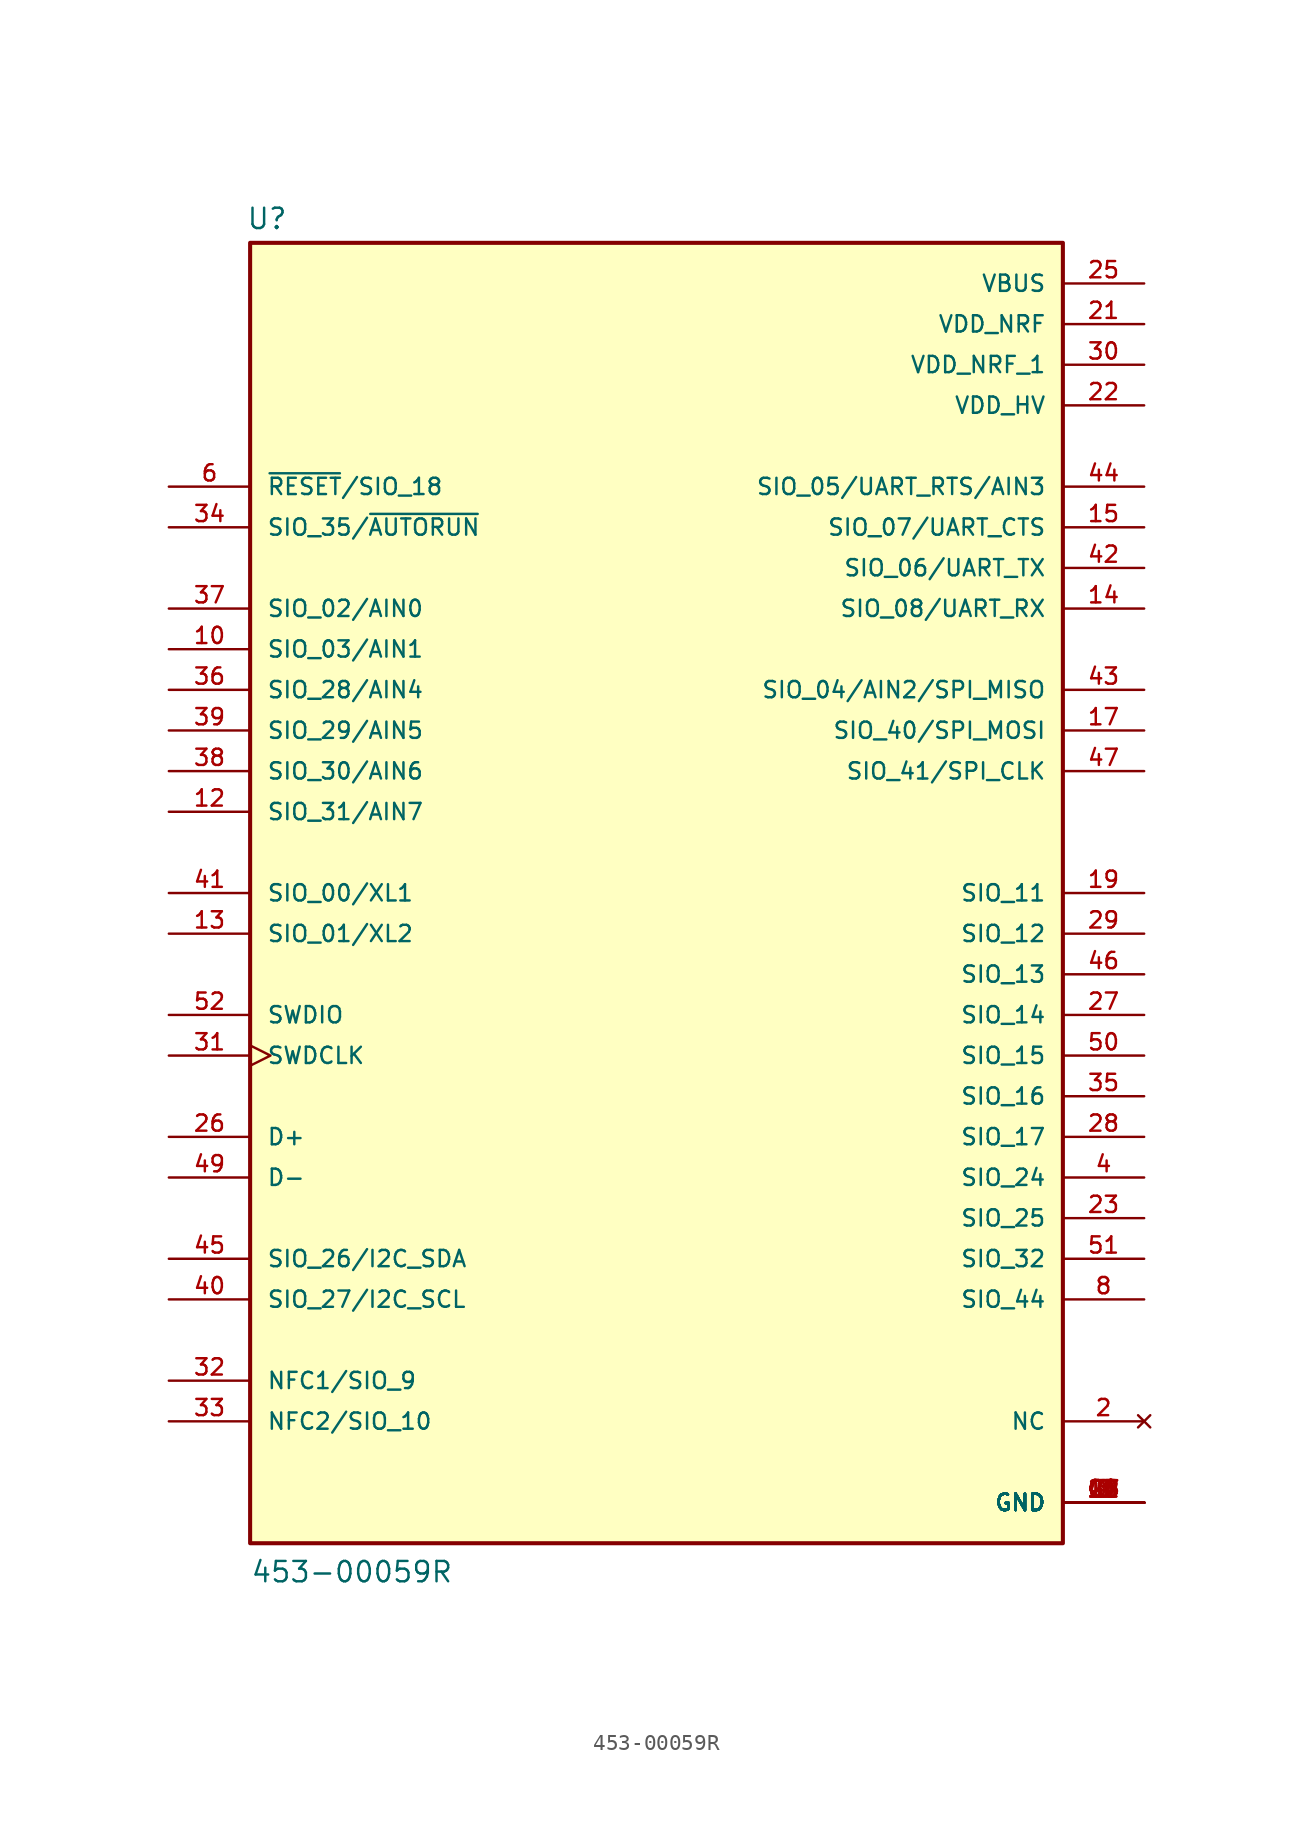
<source format=kicad_sym>
(kicad_symbol_lib
  (version 20211014)
  (generator kicad_symbol_editor)
  (symbol "453-00059R"
    (pin_names
      (offset 1.016))
    (property "Reference" "U"
      (at -25.654 41.402 0)
      (effects (font (size 1.27 1.27)) (justify bottom left)))
    (property "Value" "453-00059R"
      (at -25.4 -43.18 0)
      (effects (font (size 1.27 1.27)) (justify bottom left)))
    (symbol "453-00059R_0_0"
      (rectangle (start -25.4 -40.64) (end 25.4 40.64) (stroke (width 0.254)) (fill (type background)))
      (pin power_in line (at 30.48 -38.1 180.0) (length 5.08) (name "GND" (effects (font (size 1.016 1.016)))) (number "1" (effects (font (size 1.016 1.016)))))
      (pin power_in line (at 30.48 -38.1 180.0) (length 5.08) (name "GND" (effects (font (size 1.016 1.016)))) (number "3" (effects (font (size 1.016 1.016)))))
      (pin power_in line (at 30.48 -38.1 180.0) (length 5.08) (name "GND" (effects (font (size 1.016 1.016)))) (number "5" (effects (font (size 1.016 1.016)))))
      (pin power_in line (at 30.48 -38.1 180.0) (length 5.08) (name "GND" (effects (font (size 1.016 1.016)))) (number "7" (effects (font (size 1.016 1.016)))))
      (pin power_in line (at 30.48 -38.1 180.0) (length 5.08) (name "GND" (effects (font (size 1.016 1.016)))) (number "9" (effects (font (size 1.016 1.016)))))
      (pin power_in line (at 30.48 -38.1 180.0) (length 5.08) (name "GND" (effects (font (size 1.016 1.016)))) (number "11" (effects (font (size 1.016 1.016)))))
      (pin power_in line (at 30.48 -38.1 180.0) (length 5.08) (name "GND" (effects (font (size 1.016 1.016)))) (number "16" (effects (font (size 1.016 1.016)))))
      (pin power_in line (at 30.48 -38.1 180.0) (length 5.08) (name "GND" (effects (font (size 1.016 1.016)))) (number "18" (effects (font (size 1.016 1.016)))))
      (pin power_in line (at 30.48 -38.1 180.0) (length 5.08) (name "GND" (effects (font (size 1.016 1.016)))) (number "20" (effects (font (size 1.016 1.016)))))
      (pin power_in line (at 30.48 -38.1 180.0) (length 5.08) (name "GND" (effects (font (size 1.016 1.016)))) (number "24" (effects (font (size 1.016 1.016)))))
      (pin power_in line (at 30.48 -38.1 180.0) (length 5.08) (name "GND" (effects (font (size 1.016 1.016)))) (number "48" (effects (font (size 1.016 1.016)))))
      (pin power_in line (at 30.48 -38.1 180.0) (length 5.08) (name "GND" (effects (font (size 1.016 1.016)))) (number "G1" (effects (font (size 1.016 1.016)))))
      (pin power_in line (at 30.48 -38.1 180.0) (length 5.08) (name "GND" (effects (font (size 1.016 1.016)))) (number "G2" (effects (font (size 1.016 1.016)))))
      (pin power_in line (at 30.48 -38.1 180.0) (length 5.08) (name "GND" (effects (font (size 1.016 1.016)))) (number "G3" (effects (font (size 1.016 1.016)))))
      (pin power_in line (at 30.48 -38.1 180.0) (length 5.08) (name "GND" (effects (font (size 1.016 1.016)))) (number "G4" (effects (font (size 1.016 1.016)))))
      (pin power_in line (at 30.48 -38.1 180.0) (length 5.08) (name "GND" (effects (font (size 1.016 1.016)))) (number "G5" (effects (font (size 1.016 1.016)))))
      (pin power_in line (at 30.48 -38.1 180.0) (length 5.08) (name "GND" (effects (font (size 1.016 1.016)))) (number "G6" (effects (font (size 1.016 1.016)))))
      (pin power_in line (at 30.48 -38.1 180.0) (length 5.08) (name "GND" (effects (font (size 1.016 1.016)))) (number "G7" (effects (font (size 1.016 1.016)))))
      (pin no_connect line (at 30.48 -33.02 180.0) (length 5.08) (name "NC" (effects (font (size 1.016 1.016)))) (number "2" (effects (font (size 1.016 1.016)))))
      (pin input line (at 30.48 -17.78 180.0) (length 5.08) (name "SIO_24" (effects (font (size 1.016 1.016)))) (number "4" (effects (font (size 1.016 1.016)))))
      (pin input line (at -30.48 25.4 0) (length 5.08) (name "~{RESET}/SIO_18" (effects (font (size 1.016 1.016)))) (number "6" (effects (font (size 1.016 1.016)))))
      (pin input line (at 30.48 -25.4 180.0) (length 5.08) (name "SIO_44" (effects (font (size 1.016 1.016)))) (number "8" (effects (font (size 1.016 1.016)))))
      (pin input line (at -30.48 15.24 0) (length 5.08) (name "SIO_03/AIN1" (effects (font (size 1.016 1.016)))) (number "10" (effects (font (size 1.016 1.016)))))
      (pin input line (at -30.48 -2.54 0) (length 5.08) (name "SIO_01/XL2" (effects (font (size 1.016 1.016)))) (number "13" (effects (font (size 1.016 1.016)))))
      (pin input line (at -30.48 5.08 0) (length 5.08) (name "SIO_31/AIN7" (effects (font (size 1.016 1.016)))) (number "12" (effects (font (size 1.016 1.016)))))
      (pin input line (at 30.48 17.78 180.0) (length 5.08) (name "SIO_08/UART_RX" (effects (font (size 1.016 1.016)))) (number "14" (effects (font (size 1.016 1.016)))))
      (pin input line (at 30.48 22.86 180.0) (length 5.08) (name "SIO_07/UART_CTS" (effects (font (size 1.016 1.016)))) (number "15" (effects (font (size 1.016 1.016)))))
      (pin output line (at 30.48 10.16 180.0) (length 5.08) (name "SIO_40/SPI_MOSI" (effects (font (size 1.016 1.016)))) (number "17" (effects (font (size 1.016 1.016)))))
      (pin input line (at 30.48 0.0 180.0) (length 5.08) (name "SIO_11" (effects (font (size 1.016 1.016)))) (number "19" (effects (font (size 1.016 1.016)))))
      (pin power_in line (at 30.48 35.56 180.0) (length 5.08) (name "VDD_NRF" (effects (font (size 1.016 1.016)))) (number "21" (effects (font (size 1.016 1.016)))))
      (pin power_in line (at 30.48 30.48 180.0) (length 5.08) (name "VDD_HV" (effects (font (size 1.016 1.016)))) (number "22" (effects (font (size 1.016 1.016)))))
      (pin input line (at 30.48 -20.32 180.0) (length 5.08) (name "SIO_25" (effects (font (size 1.016 1.016)))) (number "23" (effects (font (size 1.016 1.016)))))
      (pin power_in line (at 30.48 38.1 180.0) (length 5.08) (name "VBUS" (effects (font (size 1.016 1.016)))) (number "25" (effects (font (size 1.016 1.016)))))
      (pin bidirectional line (at -30.48 -15.24 0) (length 5.08) (name "D+" (effects (font (size 1.016 1.016)))) (number "26" (effects (font (size 1.016 1.016)))))
      (pin input line (at 30.48 -7.62 180.0) (length 5.08) (name "SIO_14" (effects (font (size 1.016 1.016)))) (number "27" (effects (font (size 1.016 1.016)))))
      (pin input line (at 30.48 -15.24 180.0) (length 5.08) (name "SIO_17" (effects (font (size 1.016 1.016)))) (number "28" (effects (font (size 1.016 1.016)))))
      (pin input line (at 30.48 -2.54 180.0) (length 5.08) (name "SIO_12" (effects (font (size 1.016 1.016)))) (number "29" (effects (font (size 1.016 1.016)))))
      (pin bidirectional line (at -30.48 -30.48 0) (length 5.08) (name "NFC1/SIO_9" (effects (font (size 1.016 1.016)))) (number "32" (effects (font (size 1.016 1.016)))))
      (pin bidirectional line (at -30.48 -33.02 0) (length 5.08) (name "NFC2/SIO_10" (effects (font (size 1.016 1.016)))) (number "33" (effects (font (size 1.016 1.016)))))
      (pin power_in line (at 30.48 33.02 180.0) (length 5.08) (name "VDD_NRF_1" (effects (font (size 1.016 1.016)))) (number "30" (effects (font (size 1.016 1.016)))))
      (pin input clock (at -30.48 -10.16 0) (length 5.08) (name "SWDCLK" (effects (font (size 1.016 1.016)))) (number "31" (effects (font (size 1.016 1.016)))))
      (pin input line (at -30.48 22.86 0) (length 5.08) (name "SIO_35/~{AUTORUN}" (effects (font (size 1.016 1.016)))) (number "34" (effects (font (size 1.016 1.016)))))
      (pin input line (at 30.48 -12.7 180.0) (length 5.08) (name "SIO_16" (effects (font (size 1.016 1.016)))) (number "35" (effects (font (size 1.016 1.016)))))
      (pin input line (at -30.48 17.78 0) (length 5.08) (name "SIO_02/AIN0" (effects (font (size 1.016 1.016)))) (number "37" (effects (font (size 1.016 1.016)))))
      (pin input line (at -30.48 12.7 0) (length 5.08) (name "SIO_28/AIN4" (effects (font (size 1.016 1.016)))) (number "36" (effects (font (size 1.016 1.016)))))
      (pin input line (at -30.48 7.62 0) (length 5.08) (name "SIO_30/AIN6" (effects (font (size 1.016 1.016)))) (number "38" (effects (font (size 1.016 1.016)))))
      (pin input line (at -30.48 10.16 0) (length 5.08) (name "SIO_29/AIN5" (effects (font (size 1.016 1.016)))) (number "39" (effects (font (size 1.016 1.016)))))
      (pin bidirectional line (at -30.48 -25.4 0) (length 5.08) (name "SIO_27/I2C_SCL" (effects (font (size 1.016 1.016)))) (number "40" (effects (font (size 1.016 1.016)))))
      (pin input line (at -30.48 0.0 0) (length 5.08) (name "SIO_00/XL1" (effects (font (size 1.016 1.016)))) (number "41" (effects (font (size 1.016 1.016)))))
      (pin output line (at 30.48 20.32 180.0) (length 5.08) (name "SIO_06/UART_TX" (effects (font (size 1.016 1.016)))) (number "42" (effects (font (size 1.016 1.016)))))
      (pin input line (at 30.48 12.7 180.0) (length 5.08) (name "SIO_04/AIN2/SPI_MISO" (effects (font (size 1.016 1.016)))) (number "43" (effects (font (size 1.016 1.016)))))
      (pin output line (at 30.48 25.4 180.0) (length 5.08) (name "SIO_05/UART_RTS/AIN3" (effects (font (size 1.016 1.016)))) (number "44" (effects (font (size 1.016 1.016)))))
      (pin bidirectional line (at -30.48 -22.86 0) (length 5.08) (name "SIO_26/I2C_SDA" (effects (font (size 1.016 1.016)))) (number "45" (effects (font (size 1.016 1.016)))))
      (pin input line (at 30.48 -5.08 180.0) (length 5.08) (name "SIO_13" (effects (font (size 1.016 1.016)))) (number "46" (effects (font (size 1.016 1.016)))))
      (pin output line (at 30.48 7.62 180.0) (length 5.08) (name "SIO_41/SPI_CLK" (effects (font (size 1.016 1.016)))) (number "47" (effects (font (size 1.016 1.016)))))
      (pin bidirectional line (at -30.48 -17.78 0) (length 5.08) (name "D-" (effects (font (size 1.016 1.016)))) (number "49" (effects (font (size 1.016 1.016)))))
      (pin input line (at 30.48 -10.16 180.0) (length 5.08) (name "SIO_15" (effects (font (size 1.016 1.016)))) (number "50" (effects (font (size 1.016 1.016)))))
      (pin input line (at 30.48 -22.86 180.0) (length 5.08) (name "SIO_32" (effects (font (size 1.016 1.016)))) (number "51" (effects (font (size 1.016 1.016)))))
      (pin bidirectional line (at -30.48 -7.62 0) (length 5.08) (name "SWDIO" (effects (font (size 1.016 1.016)))) (number "52" (effects (font (size 1.016 1.016))))))))
</source>
